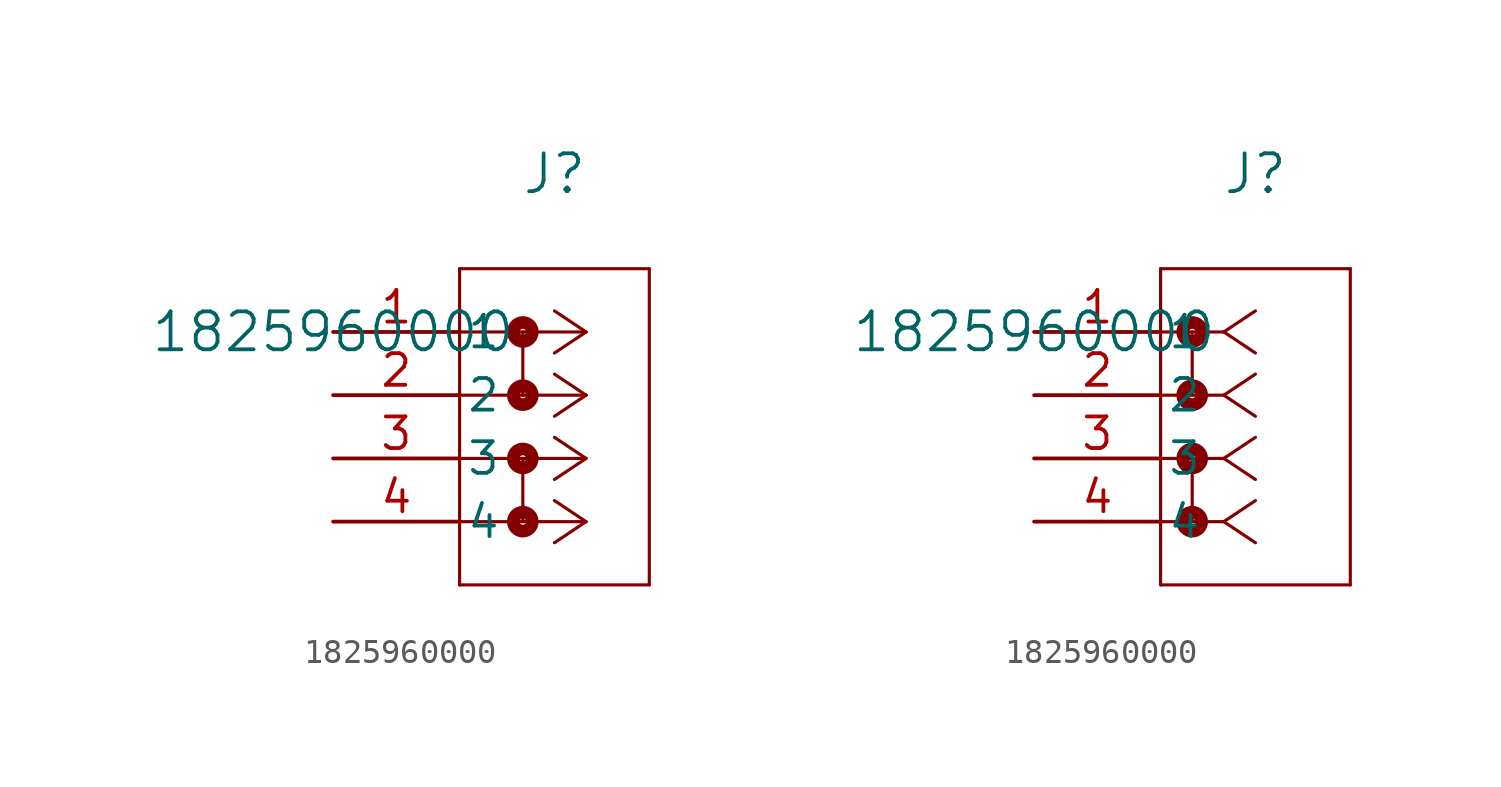
<source format=kicad_sym>
(kicad_symbol_lib
  (version 20211014)
  (generator kicad_symbol_editor)
  (symbol "1825960000"
    (pin_names
      (offset 0.254))
    (property "Reference" "J"
      (at 8.89 6.35 0)
      (effects (font (size 1.524 1.524))))
    (property "Value" "1825960000"
      (at 0 0 0)
      (effects (font (size 1.524 1.524))))
    (symbol "1825960000_1_1"
      (polyline (pts (xy 10.16 0) (xy 5.08 0)) (stroke (width 0.127) (type default) (color 0 0 0 0)) (fill (type none)))
      (polyline (pts (xy 10.16 -2.54) (xy 5.08 -2.54)) (stroke (width 0.127) (type default) (color 0 0 0 0)) (fill (type none)))
      (polyline (pts (xy 10.16 -5.08) (xy 5.08 -5.08)) (stroke (width 0.127) (type default) (color 0 0 0 0)) (fill (type none)))
      (polyline (pts (xy 10.16 -7.62) (xy 5.08 -7.62)) (stroke (width 0.127) (type default) (color 0 0 0 0)) (fill (type none)))
      (polyline (pts (xy 10.16 0) (xy 8.89 0.847)) (stroke (width 0.127) (type default) (color 0 0 0 0)) (fill (type none)))
      (polyline (pts (xy 10.16 -2.54) (xy 8.89 -1.693)) (stroke (width 0.127) (type default) (color 0 0 0 0)) (fill (type none)))
      (polyline (pts (xy 10.16 -5.08) (xy 8.89 -4.233)) (stroke (width 0.127) (type default) (color 0 0 0 0)) (fill (type none)))
      (polyline (pts (xy 10.16 -7.62) (xy 8.89 -6.773)) (stroke (width 0.127) (type default) (color 0 0 0 0)) (fill (type none)))
      (polyline (pts (xy 10.16 0) (xy 8.89 -0.847)) (stroke (width 0.127) (type default) (color 0 0 0 0)) (fill (type none)))
      (polyline (pts (xy 10.16 -2.54) (xy 8.89 -3.387)) (stroke (width 0.127) (type default) (color 0 0 0 0)) (fill (type none)))
      (polyline (pts (xy 10.16 -5.08) (xy 8.89 -5.927)) (stroke (width 0.127) (type default) (color 0 0 0 0)) (fill (type none)))
      (polyline (pts (xy 10.16 -7.62) (xy 8.89 -8.467)) (stroke (width 0.127) (type default) (color 0 0 0 0)) (fill (type none)))
      (polyline (pts (xy 5.08 2.54) (xy 5.08 -10.16)) (stroke (width 0.127) (type default) (color 0 0 0 0)) (fill (type none)))
      (polyline (pts (xy 5.08 -10.16) (xy 12.7 -10.16)) (stroke (width 0.127) (type default) (color 0 0 0 0)) (fill (type none)))
      (polyline (pts (xy 12.7 -10.16) (xy 12.7 2.54)) (stroke (width 0.127) (type default) (color 0 0 0 0)) (fill (type none)))
      (polyline (pts (xy 12.7 2.54) (xy 5.08 2.54)) (stroke (width 0.127) (type default) (color 0 0 0 0)) (fill (type none)))
      (circle (center 7.62 0) (radius 0.127) (stroke (width 0.508) (type default) (color 0 0 0 0)) (fill (type none)))
      (polyline (pts (xy 7.62 0) (xy 7.62 -2.54)) (stroke (width 0.127) (type default) (color 0 0 0 0)) (fill (type none)))
      (circle (center 7.62 -2.54) (radius 0.127) (stroke (width 0.508) (type default) (color 0 0 0 0)) (fill (type none)))
      (circle (center 7.62 -5.08) (radius 0.127) (stroke (width 0.508) (type default) (color 0 0 0 0)) (fill (type none)))
      (polyline (pts (xy 7.62 -5.08) (xy 7.62 -7.62)) (stroke (width 0.127) (type default) (color 0 0 0 0)) (fill (type none)))
      (circle (center 7.62 -7.62) (radius 0.127) (stroke (width 0.508) (type default) (color 0 0 0 0)) (fill (type none)))
      (pin unspecified line (at 0 0 0) (length 5.08) (name "1" (effects (font (size 1.27 1.27)))) (number "1" (effects (font (size 1.27 1.27)))))
      (pin unspecified line (at 0 -2.54 0) (length 5.08) (name "2" (effects (font (size 1.27 1.27)))) (number "2" (effects (font (size 1.27 1.27)))))
      (pin unspecified line (at 0 -5.08 0) (length 5.08) (name "3" (effects (font (size 1.27 1.27)))) (number "3" (effects (font (size 1.27 1.27)))))
      (pin unspecified line (at 0 -7.62 0) (length 5.08) (name "4" (effects (font (size 1.27 1.27)))) (number "4" (effects (font (size 1.27 1.27))))))
    (symbol "1825960000_1_2"
      (polyline (pts (xy 7.62 0) (xy 5.08 0)) (stroke (width 0.127) (type default) (color 0 0 0 0)) (fill (type none)))
      (polyline (pts (xy 7.62 -2.54) (xy 5.08 -2.54)) (stroke (width 0.127) (type default) (color 0 0 0 0)) (fill (type none)))
      (polyline (pts (xy 7.62 -5.08) (xy 5.08 -5.08)) (stroke (width 0.127) (type default) (color 0 0 0 0)) (fill (type none)))
      (polyline (pts (xy 7.62 -7.62) (xy 5.08 -7.62)) (stroke (width 0.127) (type default) (color 0 0 0 0)) (fill (type none)))
      (polyline (pts (xy 7.62 0) (xy 8.89 0.847)) (stroke (width 0.127) (type default) (color 0 0 0 0)) (fill (type none)))
      (polyline (pts (xy 7.62 -2.54) (xy 8.89 -1.693)) (stroke (width 0.127) (type default) (color 0 0 0 0)) (fill (type none)))
      (polyline (pts (xy 7.62 -5.08) (xy 8.89 -4.233)) (stroke (width 0.127) (type default) (color 0 0 0 0)) (fill (type none)))
      (polyline (pts (xy 7.62 -7.62) (xy 8.89 -6.773)) (stroke (width 0.127) (type default) (color 0 0 0 0)) (fill (type none)))
      (polyline (pts (xy 7.62 0) (xy 8.89 -0.847)) (stroke (width 0.127) (type default) (color 0 0 0 0)) (fill (type none)))
      (polyline (pts (xy 7.62 -2.54) (xy 8.89 -3.387)) (stroke (width 0.127) (type default) (color 0 0 0 0)) (fill (type none)))
      (polyline (pts (xy 7.62 -5.08) (xy 8.89 -5.927)) (stroke (width 0.127) (type default) (color 0 0 0 0)) (fill (type none)))
      (polyline (pts (xy 7.62 -7.62) (xy 8.89 -8.467)) (stroke (width 0.127) (type default) (color 0 0 0 0)) (fill (type none)))
      (polyline (pts (xy 5.08 2.54) (xy 5.08 -10.16)) (stroke (width 0.127) (type default) (color 0 0 0 0)) (fill (type none)))
      (polyline (pts (xy 5.08 -10.16) (xy 12.7 -10.16)) (stroke (width 0.127) (type default) (color 0 0 0 0)) (fill (type none)))
      (polyline (pts (xy 12.7 -10.16) (xy 12.7 2.54)) (stroke (width 0.127) (type default) (color 0 0 0 0)) (fill (type none)))
      (polyline (pts (xy 12.7 2.54) (xy 5.08 2.54)) (stroke (width 0.127) (type default) (color 0 0 0 0)) (fill (type none)))
      (circle (center 6.35 0) (radius 0.127) (stroke (width 0.508) (type default) (color 0 0 0 0)) (fill (type none)))
      (polyline (pts (xy 6.35 0) (xy 6.35 -2.54)) (stroke (width 0.127) (type default) (color 0 0 0 0)) (fill (type none)))
      (circle (center 6.35 -2.54) (radius 0.127) (stroke (width 0.508) (type default) (color 0 0 0 0)) (fill (type none)))
      (circle (center 6.35 -5.08) (radius 0.127) (stroke (width 0.508) (type default) (color 0 0 0 0)) (fill (type none)))
      (polyline (pts (xy 6.35 -5.08) (xy 6.35 -7.62)) (stroke (width 0.127) (type default) (color 0 0 0 0)) (fill (type none)))
      (circle (center 6.35 -7.62) (radius 0.127) (stroke (width 0.508) (type default) (color 0 0 0 0)) (fill (type none)))
      (pin unspecified line (at 0 0 0) (length 5.08) (name "1" (effects (font (size 1.27 1.27)))) (number "1" (effects (font (size 1.27 1.27)))))
      (pin unspecified line (at 0 -2.54 0) (length 5.08) (name "2" (effects (font (size 1.27 1.27)))) (number "2" (effects (font (size 1.27 1.27)))))
      (pin unspecified line (at 0 -5.08 0) (length 5.08) (name "3" (effects (font (size 1.27 1.27)))) (number "3" (effects (font (size 1.27 1.27)))))
      (pin unspecified line (at 0 -7.62 0) (length 5.08) (name "4" (effects (font (size 1.27 1.27)))) (number "4" (effects (font (size 1.27 1.27))))))))
</source>
